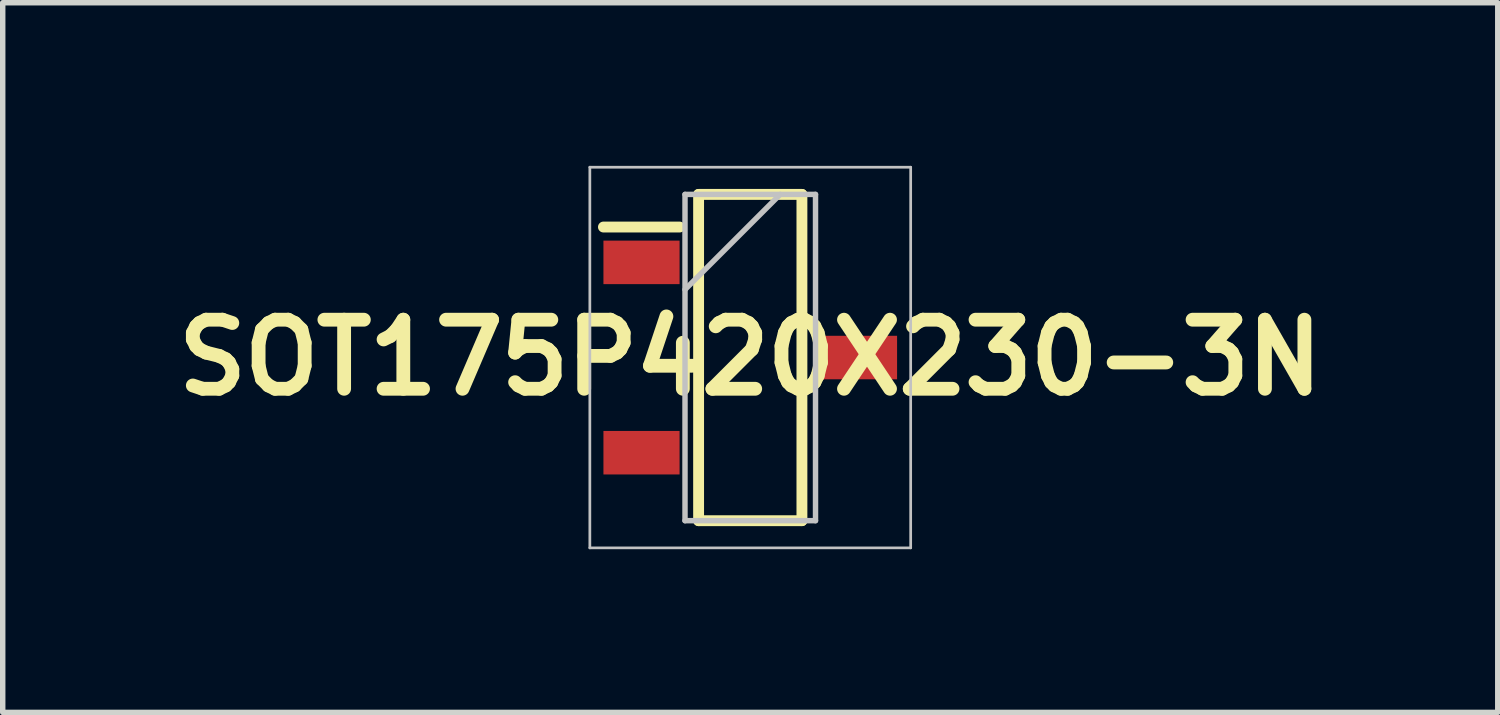
<source format=kicad_pcb>
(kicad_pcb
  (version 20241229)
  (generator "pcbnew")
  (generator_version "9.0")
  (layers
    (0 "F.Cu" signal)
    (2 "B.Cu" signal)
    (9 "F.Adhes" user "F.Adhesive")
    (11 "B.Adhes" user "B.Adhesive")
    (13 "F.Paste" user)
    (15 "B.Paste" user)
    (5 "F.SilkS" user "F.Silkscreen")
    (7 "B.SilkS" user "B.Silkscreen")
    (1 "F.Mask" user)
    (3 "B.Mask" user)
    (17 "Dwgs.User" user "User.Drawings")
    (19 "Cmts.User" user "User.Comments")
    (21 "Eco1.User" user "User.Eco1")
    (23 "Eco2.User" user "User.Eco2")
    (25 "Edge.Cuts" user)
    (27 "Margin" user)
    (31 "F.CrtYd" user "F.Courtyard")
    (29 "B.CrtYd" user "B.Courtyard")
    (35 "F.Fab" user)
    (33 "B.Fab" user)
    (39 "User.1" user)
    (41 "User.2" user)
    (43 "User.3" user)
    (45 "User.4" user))
  (footprint "SOT175P420X230-3N"
    (layer "F.Cu")
    (at 10.747 3.525)
    (property "Reference" "SOT175P420X230-3N" (at 0 0 0) (layer "F.SilkS") (effects (font (size 1.27 1.27) (thickness 0.254))))
    (attr smd)
    (fp_line (start -2.7 -2.4) (end -1.3 -2.4) (stroke (width 0.2) (type solid)) (layer "F.SilkS"))
    (fp_line (start -0.95 -3) (end 0.95 -3) (stroke (width 0.2) (type solid)) (layer "F.SilkS"))
    (fp_line (start -0.95 3) (end -0.95 -3) (stroke (width 0.2) (type solid)) (layer "F.SilkS"))
    (fp_line (start 0.95 -3) (end 0.95 3) (stroke (width 0.2) (type solid)) (layer "F.SilkS"))
    (fp_line (start 0.95 3) (end -0.95 3) (stroke (width 0.2) (type solid)) (layer "F.SilkS"))
    (fp_line (start -2.95 -3.5) (end 2.95 -3.5) (stroke (width 0.05) (type solid)) (layer "Dwgs.User"))
    (fp_line (start -2.95 3.5) (end -2.95 -3.5) (stroke (width 0.05) (type solid)) (layer "Dwgs.User"))
    (fp_line (start -1.2 -3) (end 1.2 -3) (stroke (width 0.1) (type solid)) (layer "Dwgs.User"))
    (fp_line (start -1.2 -1.25) (end 0.55 -3) (stroke (width 0.1) (type solid)) (layer "Dwgs.User"))
    (fp_line (start -1.2 3) (end -1.2 -3) (stroke (width 0.1) (type solid)) (layer "Dwgs.User"))
    (fp_line (start 1.2 -3) (end 1.2 3) (stroke (width 0.1) (type solid)) (layer "Dwgs.User"))
    (fp_line (start 1.2 3) (end -1.2 3) (stroke (width 0.1) (type solid)) (layer "Dwgs.User"))
    (fp_line (start 2.95 -3.5) (end 2.95 3.5) (stroke (width 0.05) (type solid)) (layer "Dwgs.User"))
    (fp_line (start 2.95 3.5) (end -2.95 3.5) (stroke (width 0.05) (type solid)) (layer "Dwgs.User"))
    (pad "1" smd rect (at -2 -1.75 90) (size 0.8 1.4) (layers "F.Cu" "F.Mask" "F.Paste"))
    (pad "2" smd rect (at -2 1.75 90) (size 0.8 1.4) (layers "F.Cu" "F.Mask" "F.Paste"))
    (pad "3" smd rect (at 2 0 90) (size 0.8 1.4) (layers "F.Cu" "F.Mask" "F.Paste")))
  (gr_rect
    (start -3 -3)
    (end 24.493 10.05)
    (stroke (width 0.1) (type default))
    (fill no)
    (layer "Edge.Cuts")))
</source>
